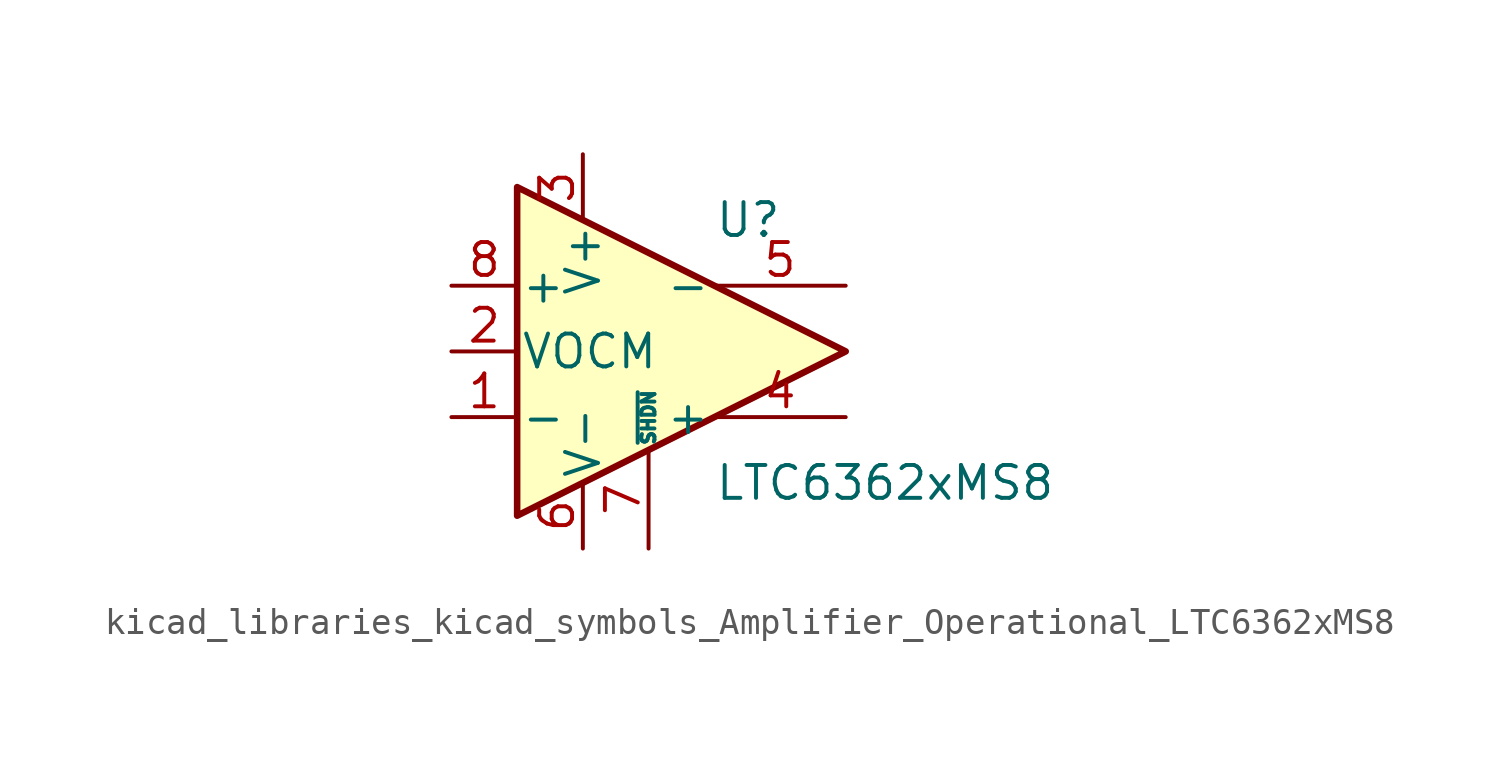
<source format=kicad_sym>
(kicad_symbol_lib
  (version 20220914)
  (generator kicad_symbol_editor)
  (symbol "kicad_libraries_kicad_symbols_Amplifier_Operational_LTC6362xMS8"
    (pin_names
      (offset 0.127))
    (property "Reference" "U"
      (at 2.54 5.08 0)
      (effects (font (size 1.27 1.27)) (justify left)))
    (property "Value" "LTC6362xMS8"
      (at 2.54 -5.08 0)
      (effects (font (size 1.27 1.27)) (justify left)))
    (symbol "kicad_libraries_kicad_symbols_Amplifier_Operational_LTC6362xMS8_0_1"
      (polyline (pts (xy -5.08 6.35) (xy -5.08 -6.35) (xy 7.62 0) (xy -5.08 6.35)) (stroke (width 0.254) (type default)) (fill (type background))))
    (symbol "kicad_libraries_kicad_symbols_Amplifier_Operational_LTC6362xMS8_1_1"
      (pin input line (at -7.62 -2.54 0) (length 2.54) (name "-" (effects (font (size 1.27 1.27)))) (number "1" (effects (font (size 1.27 1.27)))))
      (pin input line (at -7.62 0 0) (length 2.54) (name "VOCM" (effects (font (size 1.27 1.27)))) (number "2" (effects (font (size 1.27 1.27)))))
      (pin power_in line (at -2.54 7.62 270) (length 2.54) (name "V+" (effects (font (size 1.27 1.27)))) (number "3" (effects (font (size 1.27 1.27)))))
      (pin output line (at 7.62 -2.54 180) (length 5.08) (name "+" (effects (font (size 1.27 1.27)))) (number "4" (effects (font (size 1.27 1.27)))))
      (pin output line (at 7.62 2.54 180) (length 5.08) (name "-" (effects (font (size 1.27 1.27)))) (number "5" (effects (font (size 1.27 1.27)))))
      (pin power_in line (at -2.54 -7.62 90) (length 2.54) (name "V-" (effects (font (size 1.27 1.27)))) (number "6" (effects (font (size 1.27 1.27)))))
      (pin input line (at 0 -7.62 90) (length 3.81) (name "~{SHDN}" (effects (font (size 0.508 0.508)))) (number "7" (effects (font (size 1.27 1.27)))))
      (pin input line (at -7.62 2.54 0) (length 2.54) (name "+" (effects (font (size 1.27 1.27)))) (number "8" (effects (font (size 1.27 1.27))))))))
</source>
